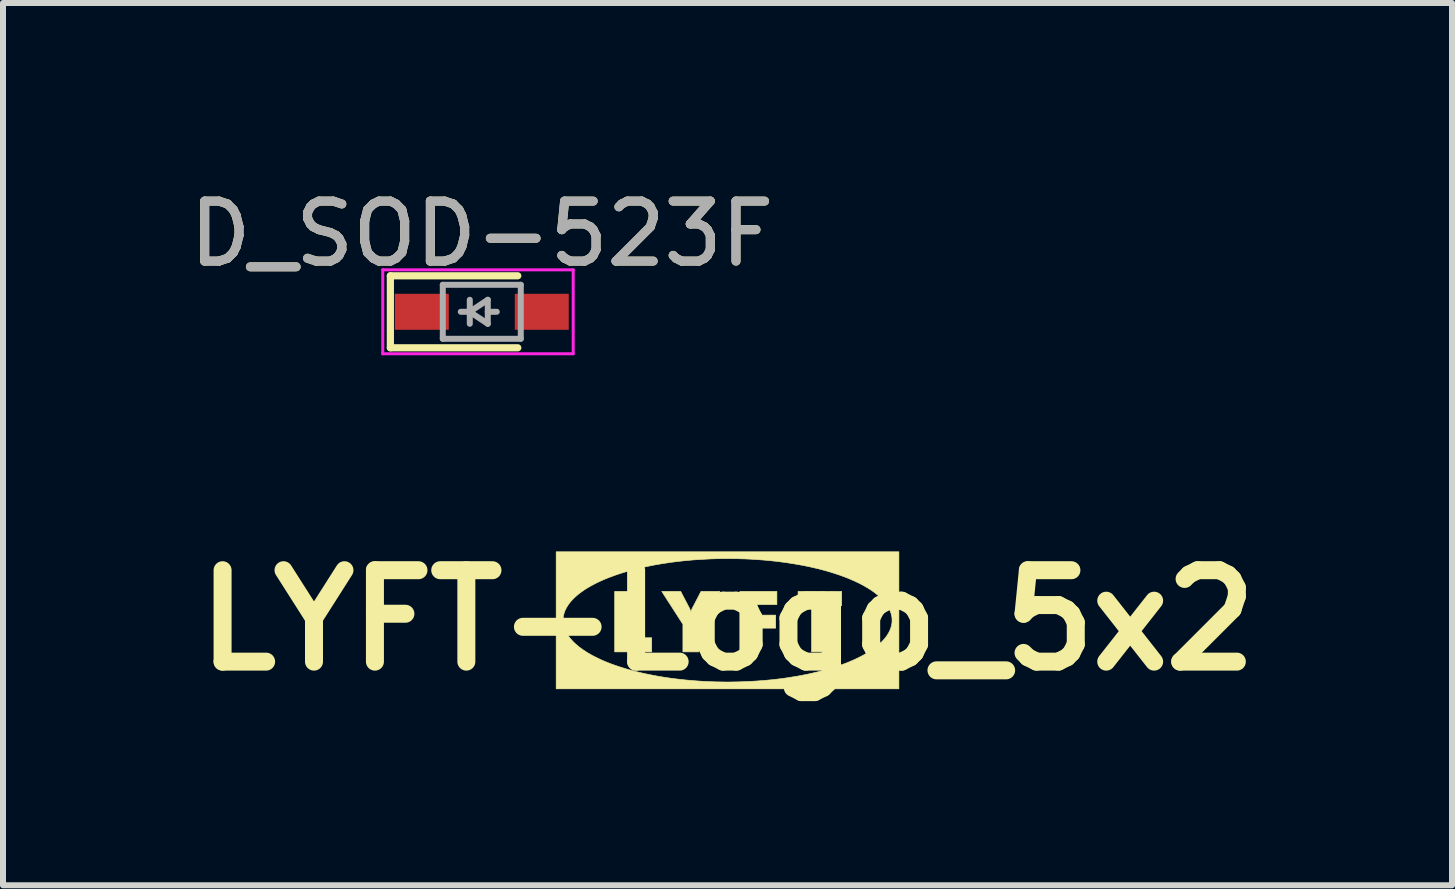
<source format=kicad_pcb>
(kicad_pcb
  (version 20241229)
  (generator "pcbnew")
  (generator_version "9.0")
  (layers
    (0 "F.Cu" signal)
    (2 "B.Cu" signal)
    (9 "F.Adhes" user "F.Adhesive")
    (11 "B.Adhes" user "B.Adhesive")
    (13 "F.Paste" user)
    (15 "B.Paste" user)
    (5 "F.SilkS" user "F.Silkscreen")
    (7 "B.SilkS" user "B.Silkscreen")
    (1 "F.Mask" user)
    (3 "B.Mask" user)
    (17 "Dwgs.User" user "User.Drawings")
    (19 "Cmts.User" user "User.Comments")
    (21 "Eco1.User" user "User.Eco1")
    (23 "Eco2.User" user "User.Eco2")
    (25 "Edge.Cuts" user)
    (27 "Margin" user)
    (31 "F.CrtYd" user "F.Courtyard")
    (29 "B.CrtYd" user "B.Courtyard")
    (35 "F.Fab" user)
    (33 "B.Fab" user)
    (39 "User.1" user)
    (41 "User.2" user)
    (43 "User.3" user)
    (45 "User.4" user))
  (footprint "D_SOD-523F"
    (layer "F.Cu")
    (at 4.982 2.148)
    (property "Reference" "D_SOD-523F" (at 0 -1.3 0) (layer "F.SilkS") (effects (font (size 1 1) (thickness 0.15))))
    (attr smd)
    (fp_line (start -1.524 -0.6) (end -1.524 0.6) (stroke (width 0.12) (type solid)) (layer "F.SilkS"))
    (fp_line (start 0.6 -0.6) (end -1.524 -0.6) (stroke (width 0.12) (type solid)) (layer "F.SilkS"))
    (fp_line (start 0.6 0.6) (end -1.524 0.6) (stroke (width 0.12) (type solid)) (layer "F.SilkS"))
    (fp_line (start -1.651 -0.7) (end 1.524 -0.7) (stroke (width 0.05) (type solid)) (layer "F.CrtYd"))
    (fp_line (start -1.651 0.7) (end -1.651 -0.7) (stroke (width 0.05) (type solid)) (layer "F.CrtYd"))
    (fp_line (start 1.524 -0.7) (end 1.524 0.7) (stroke (width 0.05) (type solid)) (layer "F.CrtYd"))
    (fp_line (start 1.524 0.7) (end -1.651 0.7) (stroke (width 0.05) (type solid)) (layer "F.CrtYd"))
    (fp_line (start -0.65 -0.45) (end 0.65 -0.45) (stroke (width 0.1) (type solid)) (layer "F.Fab"))
    (fp_line (start -0.65 0.45) (end -0.65 -0.45) (stroke (width 0.1) (type solid)) (layer "F.Fab"))
    (fp_line (start -0.2 0) (end -0.35 0) (stroke (width 0.1) (type solid)) (layer "F.Fab"))
    (fp_line (start -0.2 0) (end 0.1 0.2) (stroke (width 0.1) (type solid)) (layer "F.Fab"))
    (fp_line (start -0.2 0.2) (end -0.2 -0.2) (stroke (width 0.1) (type solid)) (layer "F.Fab"))
    (fp_line (start 0.1 -0.2) (end -0.2 0) (stroke (width 0.1) (type solid)) (layer "F.Fab"))
    (fp_line (start 0.1 0) (end 0.25 0) (stroke (width 0.1) (type solid)) (layer "F.Fab"))
    (fp_line (start 0.1 0.2) (end 0.1 -0.2) (stroke (width 0.1) (type solid)) (layer "F.Fab"))
    (fp_line (start 0.65 -0.45) (end 0.65 0.45) (stroke (width 0.1) (type solid)) (layer "F.Fab"))
    (fp_line (start 0.65 0.45) (end -0.65 0.45) (stroke (width 0.1) (type solid)) (layer "F.Fab"))
    (fp_text user "${REFERENCE}" (at 0 -1.3 0) (layer "F.Fab") (effects (font (size 1 1) (thickness 0.15))))
    (pad "1" smd rect (at -1 0 180) (size 0.9 0.6) (layers "F.Cu" "F.Mask" "F.Paste"))
    (pad "2" smd rect (at 1 0 180) (size 0.9 0.6) (layers "F.Cu" "F.Mask" "F.Paste")))
  (footprint "LYFT-Logo_5x2"
    (layer "F.Cu")
    (at 9.079 7.291)
    (property "Reference" "LYFT-Logo_5x2" (at 0 0 0) (layer "F.SilkS") (effects (font (size 1.524 1.524) (thickness 0.3))))
    (attr through_hole)
    (fp_poly (pts (xy -1.606 0.291) (xy -1.264 0.291) (xy -1.264 0.527) (xy -1.881 0.527) (xy -1.881 -0.482) (xy -1.606 -0.482) (xy -1.606 0.291)) (stroke (width 0.01) (type solid)) (fill yes) (layer "F.SilkS"))
    (fp_poly (pts (xy 0.823 -0.261) (xy 0.472 -0.261) (xy 0.472 -0.086) (xy 0.803 -0.086) (xy 0.803 0.131) (xy 0.472 0.131) (xy 0.472 0.527) (xy 0.205 0.527) (xy 0.205 -0.482) (xy 0.823 -0.482) (xy 0.823 -0.261)) (stroke (width 0.01) (type solid)) (fill yes) (layer "F.SilkS"))
    (fp_poly (pts (xy 1.903 -0.363) (xy 1.902 -0.243) (xy 1.676 -0.243) (xy 1.676 0.527) (xy 1.401 0.527) (xy 1.401 -0.243) (xy 1.176 -0.243) (xy 1.176 -0.363) (xy 1.176 -0.482) (xy 1.903 -0.482) (xy 1.903 -0.363)) (stroke (width 0.01) (type solid)) (fill yes) (layer "F.SilkS"))
    (fp_poly (pts (xy -0.711 -0.348) (xy -0.704 -0.335) (xy -0.698 -0.322) (xy -0.691 -0.31) (xy -0.685 -0.297) (xy -0.678 -0.286) (xy -0.673 -0.275) (xy -0.667 -0.264) (xy -0.662 -0.254) (xy -0.657 -0.245) (xy -0.653 -0.236) (xy -0.649 -0.229) (xy -0.645 -0.222) (xy -0.642 -0.217) (xy -0.64 -0.212) (xy -0.638 -0.209) (xy -0.637 -0.206) (xy -0.637 -0.205) (xy -0.629 -0.189) (xy -0.622 -0.172) (xy -0.617 -0.155) (xy -0.614 -0.147) (xy -0.613 -0.144) (xy -0.612 -0.141) (xy -0.612 -0.139) (xy -0.612 -0.138) (xy -0.612 -0.138) (xy -0.611 -0.139) (xy -0.611 -0.14) (xy -0.61 -0.142) (xy -0.608 -0.152) (xy -0.604 -0.162) (xy -0.6 -0.174) (xy -0.595 -0.186) (xy -0.589 -0.199) (xy -0.582 -0.212) (xy -0.581 -0.214) (xy -0.579 -0.217) (xy -0.577 -0.221) (xy -0.574 -0.227) (xy -0.571 -0.234) (xy -0.567 -0.241) (xy -0.562 -0.249) (xy -0.558 -0.259) (xy -0.552 -0.268) (xy -0.547 -0.279) (xy -0.541 -0.29) (xy -0.535 -0.302) (xy -0.529 -0.314) (xy -0.523 -0.326) (xy -0.516 -0.339) (xy -0.509 -0.352) (xy -0.508 -0.354) (xy -0.442 -0.482) (xy -0.284 -0.482) (xy -0.269 -0.482) (xy -0.255 -0.482) (xy -0.24 -0.482) (xy -0.227 -0.482) (xy -0.214 -0.482) (xy -0.201 -0.482) (xy -0.189 -0.482) (xy -0.179 -0.482) (xy -0.168 -0.482) (xy -0.159 -0.482) (xy -0.151 -0.482) (xy -0.144 -0.482) (xy -0.138 -0.482) (xy -0.133 -0.482) (xy -0.13 -0.482) (xy -0.127 -0.482) (xy -0.126 -0.482) (xy -0.126 -0.482) (xy -0.127 -0.481) (xy -0.128 -0.479) (xy -0.13 -0.476) (xy -0.132 -0.472) (xy -0.136 -0.467) (xy -0.14 -0.461) (xy -0.144 -0.454) (xy -0.149 -0.446) (xy -0.155 -0.437) (xy -0.161 -0.427) (xy -0.168 -0.416) (xy -0.176 -0.404) (xy -0.184 -0.392) (xy -0.192 -0.379) (xy -0.201 -0.366) (xy -0.21 -0.351) (xy -0.219 -0.336) (xy -0.229 -0.321) (xy -0.24 -0.305) (xy -0.25 -0.288) (xy -0.261 -0.272) (xy -0.272 -0.254) (xy -0.284 -0.237) (xy -0.295 -0.218) (xy -0.302 -0.208) (xy -0.478 0.066) (xy -0.478 0.527) (xy -0.744 0.527) (xy -0.744 0.067) (xy -0.919 -0.206) (xy -0.931 -0.224) (xy -0.942 -0.242) (xy -0.953 -0.259) (xy -0.964 -0.276) (xy -0.975 -0.293) (xy -0.986 -0.309) (xy -0.996 -0.325) (xy -1.006 -0.34) (xy -1.015 -0.355) (xy -1.024 -0.369) (xy -1.033 -0.383) (xy -1.041 -0.395) (xy -1.049 -0.407) (xy -1.056 -0.419) (xy -1.063 -0.429) (xy -1.069 -0.438) (xy -1.074 -0.447) (xy -1.079 -0.455) (xy -1.084 -0.462) (xy -1.087 -0.467) (xy -1.09 -0.472) (xy -1.093 -0.476) (xy -1.094 -0.478) (xy -1.095 -0.48) (xy -1.095 -0.48) (xy -1.097 -0.482) (xy -0.781 -0.482) (xy -0.711 -0.348)) (stroke (width 0.01) (type solid)) (fill yes) (layer "F.SilkS"))
    (fp_poly (pts (xy 2.857 1.143) (xy -2.857 1.143) (xy -2.857 0.004) (xy -2.742 0.004) (xy -2.742 0.012) (xy -2.742 0.019) (xy -2.742 0.026) (xy -2.742 0.027) (xy -2.739 0.051) (xy -2.736 0.075) (xy -2.73 0.098) (xy -2.723 0.122) (xy -2.715 0.145) (xy -2.706 0.169) (xy -2.695 0.192) (xy -2.682 0.215) (xy -2.668 0.239) (xy -2.659 0.252) (xy -2.643 0.275) (xy -2.625 0.298) (xy -2.605 0.321) (xy -2.585 0.344) (xy -2.563 0.367) (xy -2.539 0.389) (xy -2.514 0.411) (xy -2.488 0.433) (xy -2.46 0.455) (xy -2.431 0.476) (xy -2.401 0.497) (xy -2.369 0.518) (xy -2.337 0.539) (xy -2.302 0.559) (xy -2.267 0.579) (xy -2.23 0.599) (xy -2.192 0.618) (xy -2.153 0.637) (xy -2.118 0.654) (xy -2.072 0.674) (xy -2.026 0.694) (xy -1.977 0.713) (xy -1.928 0.732) (xy -1.877 0.75) (xy -1.825 0.768) (xy -1.772 0.785) (xy -1.718 0.802) (xy -1.663 0.818) (xy -1.606 0.834) (xy -1.549 0.849) (xy -1.49 0.864) (xy -1.431 0.878) (xy -1.371 0.891) (xy -1.31 0.904) (xy -1.248 0.916) (xy -1.185 0.928) (xy -1.121 0.939) (xy -1.099 0.943) (xy -1.09 0.944) (xy -1.082 0.945) (xy -1.075 0.947) (xy -1.069 0.948) (xy -1.063 0.948) (xy -1.059 0.949) (xy -1.054 0.95) (xy -1.05 0.951) (xy -1.045 0.951) (xy -1.04 0.952) (xy -1.035 0.953) (xy -1.03 0.954) (xy -1.023 0.955) (xy -0.946 0.966) (xy -0.868 0.976) (xy -0.789 0.985) (xy -0.709 0.994) (xy -0.629 1.001) (xy -0.549 1.008) (xy -0.468 1.014) (xy -0.388 1.019) (xy -0.307 1.022) (xy -0.285 1.023) (xy -0.279 1.023) (xy -0.273 1.024) (xy -0.267 1.024) (xy -0.262 1.024) (xy -0.258 1.024) (xy -0.256 1.024) (xy -0.24 1.025) (xy -0.222 1.026) (xy -0.203 1.026) (xy -0.183 1.027) (xy -0.163 1.027) (xy -0.142 1.027) (xy -0.12 1.028) (xy -0.098 1.028) (xy -0.075 1.028) (xy -0.053 1.029) (xy -0.03 1.029) (xy -0.008 1.029) (xy 0.014 1.029) (xy 0.035 1.029) (xy 0.056 1.029) (xy 0.075 1.028) (xy 0.083 1.028) (xy 0.114 1.028) (xy 0.145 1.027) (xy 0.174 1.027) (xy 0.202 1.026) (xy 0.23 1.025) (xy 0.258 1.024) (xy 0.286 1.023) (xy 0.314 1.022) (xy 0.33 1.021) (xy 0.398 1.018) (xy 0.466 1.014) (xy 0.533 1.009) (xy 0.6 1.004) (xy 0.666 0.998) (xy 0.732 0.992) (xy 0.797 0.985) (xy 0.862 0.977) (xy 0.926 0.969) (xy 0.989 0.96) (xy 1.051 0.95) (xy 1.113 0.94) (xy 1.174 0.93) (xy 1.235 0.919) (xy 1.294 0.907) (xy 1.353 0.895) (xy 1.411 0.882) (xy 1.468 0.869) (xy 1.525 0.855) (xy 1.58 0.841) (xy 1.634 0.826) (xy 1.688 0.811) (xy 1.74 0.795) (xy 1.792 0.779) (xy 1.842 0.763) (xy 1.891 0.745) (xy 1.939 0.728) (xy 1.987 0.71) (xy 2.033 0.691) (xy 2.077 0.672) (xy 2.121 0.653) (xy 2.163 0.633) (xy 2.205 0.612) (xy 2.244 0.592) (xy 2.283 0.571) (xy 2.32 0.549) (xy 2.356 0.527) (xy 2.391 0.505) (xy 2.394 0.503) (xy 2.423 0.482) (xy 2.452 0.461) (xy 2.479 0.44) (xy 2.506 0.419) (xy 2.53 0.397) (xy 2.554 0.375) (xy 2.576 0.353) (xy 2.597 0.331) (xy 2.617 0.309) (xy 2.635 0.286) (xy 2.652 0.264) (xy 2.66 0.252) (xy 2.674 0.229) (xy 2.688 0.206) (xy 2.7 0.182) (xy 2.71 0.159) (xy 2.719 0.136) (xy 2.727 0.112) (xy 2.733 0.089) (xy 2.738 0.065) (xy 2.741 0.042) (xy 2.743 0.018) (xy 2.743 -0.005) (xy 2.742 -0.029) (xy 2.74 -0.053) (xy 2.736 -0.076) (xy 2.73 -0.1) (xy 2.723 -0.123) (xy 2.715 -0.147) (xy 2.714 -0.15) (xy 2.704 -0.172) (xy 2.693 -0.195) (xy 2.681 -0.218) (xy 2.667 -0.24) (xy 2.652 -0.263) (xy 2.635 -0.285) (xy 2.617 -0.308) (xy 2.599 -0.329) (xy 2.596 -0.333) (xy 2.591 -0.338) (xy 2.586 -0.343) (xy 2.58 -0.349) (xy 2.573 -0.356) (xy 2.567 -0.362) (xy 2.56 -0.369) (xy 2.554 -0.375) (xy 2.547 -0.381) (xy 2.541 -0.387) (xy 2.536 -0.392) (xy 2.531 -0.396) (xy 2.53 -0.397) (xy 2.503 -0.42) (xy 2.475 -0.443) (xy 2.446 -0.466) (xy 2.415 -0.488) (xy 2.383 -0.51) (xy 2.349 -0.531) (xy 2.314 -0.552) (xy 2.278 -0.573) (xy 2.241 -0.593) (xy 2.202 -0.614) (xy 2.161 -0.633) (xy 2.12 -0.653) (xy 2.094 -0.664) (xy 2.046 -0.685) (xy 1.997 -0.705) (xy 1.946 -0.725) (xy 1.894 -0.744) (xy 1.841 -0.763) (xy 1.787 -0.78) (xy 1.731 -0.798) (xy 1.675 -0.815) (xy 1.617 -0.831) (xy 1.559 -0.847) (xy 1.499 -0.862) (xy 1.438 -0.876) (xy 1.377 -0.89) (xy 1.314 -0.903) (xy 1.251 -0.916) (xy 1.186 -0.927) (xy 1.121 -0.939) (xy 1.055 -0.949) (xy 0.989 -0.96) (xy 0.921 -0.969) (xy 0.853 -0.978) (xy 0.784 -0.986) (xy 0.715 -0.993) (xy 0.645 -1) (xy 0.575 -1.006) (xy 0.503 -1.011) (xy 0.432 -1.016) (xy 0.36 -1.02) (xy 0.288 -1.023) (xy 0.215 -1.025) (xy 0.187 -1.026) (xy 0.157 -1.027) (xy 0.125 -1.027) (xy 0.093 -1.028) (xy 0.06 -1.028) (xy 0.027 -1.028) (xy -0.007 -1.028) (xy -0.04 -1.028) (xy -0.073 -1.028) (xy -0.106 -1.028) (xy -0.138 -1.027) (xy -0.168 -1.027) (xy -0.186 -1.026) (xy -0.265 -1.024) (xy -0.343 -1.02) (xy -0.42 -1.016) (xy -0.497 -1.011) (xy -0.574 -1.006) (xy -0.649 -0.999) (xy -0.724 -0.992) (xy -0.799 -0.984) (xy -0.872 -0.975) (xy -0.945 -0.966) (xy -1.017 -0.955) (xy -1.089 -0.944) (xy -1.159 -0.932) (xy -1.228 -0.92) (xy -1.297 -0.906) (xy -1.364 -0.892) (xy -1.431 -0.878) (xy -1.496 -0.862) (xy -1.561 -0.846) (xy -1.624 -0.829) (xy -1.686 -0.811) (xy -1.747 -0.793) (xy -1.806 -0.774) (xy -1.82 -0.769) (xy -1.871 -0.752) (xy -1.92 -0.734) (xy -1.968 -0.716) (xy -2.015 -0.698) (xy -2.06 -0.679) (xy -2.104 -0.66) (xy -2.147 -0.64) (xy -2.189 -0.62) (xy -2.229 -0.599) (xy -2.267 -0.579) (xy -2.302 -0.559) (xy -2.336 -0.539) (xy -2.369 -0.519) (xy -2.4 -0.498) (xy -2.43 -0.477) (xy -2.458 -0.456) (xy -2.486 -0.435) (xy -2.512 -0.413) (xy -2.537 -0.391) (xy -2.56 -0.369) (xy -2.582 -0.347) (xy -2.603 -0.324) (xy -2.622 -0.302) (xy -2.64 -0.279) (xy -2.656 -0.256) (xy -2.671 -0.233) (xy -2.685 -0.21) (xy -2.695 -0.19) (xy -2.706 -0.168) (xy -2.715 -0.147) (xy -2.722 -0.126) (xy -2.728 -0.105) (xy -2.734 -0.083) (xy -2.738 -0.061) (xy -2.74 -0.043) (xy -2.741 -0.037) (xy -2.741 -0.03) (xy -2.742 -0.022) (xy -2.742 -0.013) (xy -2.742 -0.005) (xy -2.742 0.004) (xy -2.857 0.004) (xy -2.857 -1.142) (xy 2.857 -1.142) (xy 2.857 1.143)) (stroke (width 0.01) (type solid)) (fill yes) (layer "F.SilkS")))
  (gr_rect
    (start -3 -3)
    (end 21.157 11.709)
    (stroke (width 0.1) (type default))
    (fill no)
    (layer "Edge.Cuts")))
</source>
